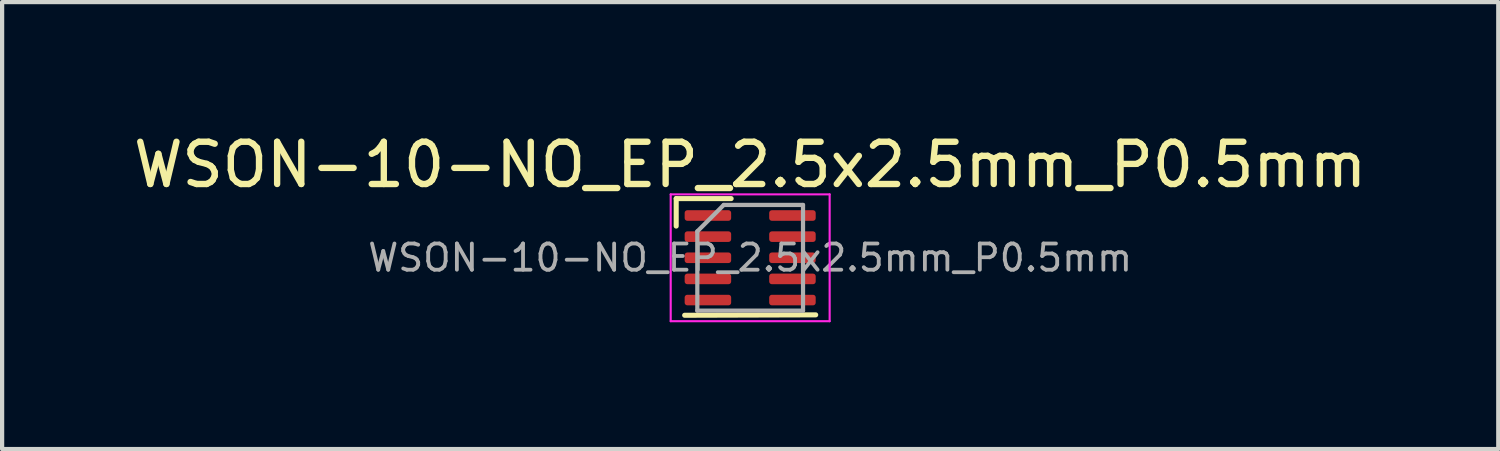
<source format=kicad_pcb>
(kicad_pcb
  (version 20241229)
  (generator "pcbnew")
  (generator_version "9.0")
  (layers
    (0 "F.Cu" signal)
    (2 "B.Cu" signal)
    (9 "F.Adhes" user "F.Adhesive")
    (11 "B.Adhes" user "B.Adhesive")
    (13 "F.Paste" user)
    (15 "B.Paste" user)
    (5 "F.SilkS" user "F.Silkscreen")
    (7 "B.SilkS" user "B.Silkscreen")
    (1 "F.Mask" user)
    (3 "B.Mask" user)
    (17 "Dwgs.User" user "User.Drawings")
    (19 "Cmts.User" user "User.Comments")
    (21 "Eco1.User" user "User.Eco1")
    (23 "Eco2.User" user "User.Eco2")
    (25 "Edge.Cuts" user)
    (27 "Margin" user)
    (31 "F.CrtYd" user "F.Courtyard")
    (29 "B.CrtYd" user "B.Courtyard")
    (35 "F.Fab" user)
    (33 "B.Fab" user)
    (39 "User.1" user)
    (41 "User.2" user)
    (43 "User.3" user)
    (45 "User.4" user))
  (footprint "WSON-10-NO_EP_2.5x2.5mm_P0.5mm"
    (layer "F.Cu")
    (at 14.696 3.048)
    (property "Reference" "WSON-10-NO_EP_2.5x2.5mm_P0.5mm" (at 0 -2.2 0) (layer "F.SilkS") (effects (font (size 1 1) (thickness 0.15))))
    (attr smd)
    (fp_line (start -1.75 -1.4) (end -0.45 -1.4) (stroke (width 0.12) (type solid)) (layer "F.SilkS"))
    (fp_line (start -1.75 -0.75) (end -1.75 -1.4) (stroke (width 0.12) (type solid)) (layer "F.SilkS"))
    (fp_line (start -1.55 1.36) (end 1.55 1.35) (stroke (width 0.12) (type solid)) (layer "F.SilkS"))
    (fp_line (start -1.88 -1.5) (end -1.88 1.5) (stroke (width 0.05) (type solid)) (layer "F.CrtYd"))
    (fp_line (start -1.88 1.5) (end 1.88 1.5) (stroke (width 0.05) (type solid)) (layer "F.CrtYd"))
    (fp_line (start 1.88 -1.5) (end -1.88 -1.5) (stroke (width 0.05) (type solid)) (layer "F.CrtYd"))
    (fp_line (start 1.88 1.5) (end 1.88 -1.5) (stroke (width 0.05) (type solid)) (layer "F.CrtYd"))
    (fp_line (start -1.25 -0.625) (end -0.625 -1.25) (stroke (width 0.1) (type solid)) (layer "F.Fab"))
    (fp_line (start -1.25 1.25) (end -1.25 -0.625) (stroke (width 0.1) (type solid)) (layer "F.Fab"))
    (fp_line (start -0.625 -1.25) (end 1.25 -1.25) (stroke (width 0.1) (type solid)) (layer "F.Fab"))
    (fp_line (start 1.25 -1.25) (end 1.25 1.25) (stroke (width 0.1) (type solid)) (layer "F.Fab"))
    (fp_line (start 1.25 1.25) (end -1.25 1.25) (stroke (width 0.1) (type solid)) (layer "F.Fab"))
    (fp_text user "${REFERENCE}" (at 0 0 0) (layer "F.Fab") (effects (font (size 0.62 0.62) (thickness 0.09))))
    (pad "1" smd roundrect (at -1 -1) (size 1.1 0.25) (layers "F.Cu" "F.Mask" "F.Paste") (roundrect_rratio 0.25))
    (pad "2" smd roundrect (at -1 -0.5) (size 1.1 0.25) (layers "F.Cu" "F.Mask" "F.Paste") (roundrect_rratio 0.25))
    (pad "3" smd roundrect (at -1 0) (size 1.1 0.25) (layers "F.Cu" "F.Mask" "F.Paste") (roundrect_rratio 0.25))
    (pad "4" smd roundrect (at -1 0.5) (size 1.1 0.25) (layers "F.Cu" "F.Mask" "F.Paste") (roundrect_rratio 0.25))
    (pad "5" smd roundrect (at -1 1) (size 1.1 0.25) (layers "F.Cu" "F.Mask" "F.Paste") (roundrect_rratio 0.25))
    (pad "6" smd roundrect (at 1 1) (size 1.1 0.25) (layers "F.Cu" "F.Mask" "F.Paste") (roundrect_rratio 0.25))
    (pad "7" smd roundrect (at 1 0.5) (size 1.1 0.25) (layers "F.Cu" "F.Mask" "F.Paste") (roundrect_rratio 0.25))
    (pad "8" smd roundrect (at 1 0) (size 1.1 0.25) (layers "F.Cu" "F.Mask" "F.Paste") (roundrect_rratio 0.25))
    (pad "9" smd roundrect (at 1 -0.5) (size 1.1 0.25) (layers "F.Cu" "F.Mask" "F.Paste") (roundrect_rratio 0.25))
    (pad "10" smd roundrect (at 1 -1) (size 1.1 0.25) (layers "F.Cu" "F.Mask" "F.Paste") (roundrect_rratio 0.25)))
  (gr_rect
    (start -3 -3)
    (end 32.393 7.573)
    (stroke (width 0.1) (type default))
    (fill no)
    (layer "Edge.Cuts")))
</source>
